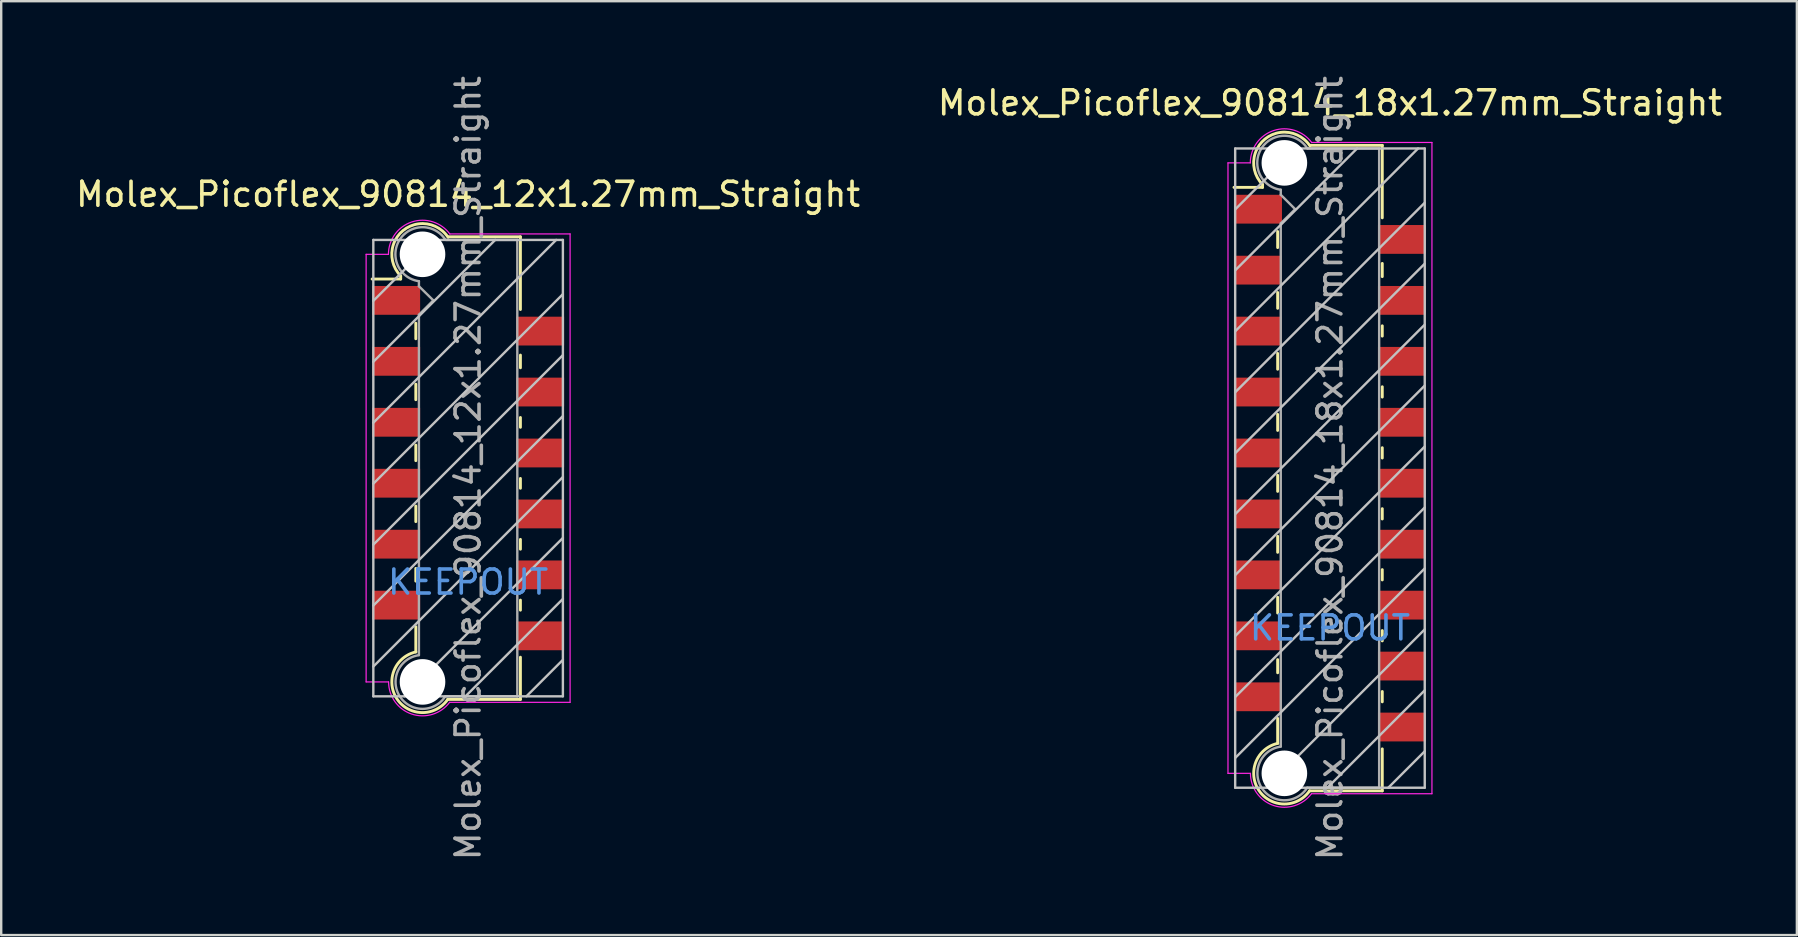
<source format=kicad_pcb>
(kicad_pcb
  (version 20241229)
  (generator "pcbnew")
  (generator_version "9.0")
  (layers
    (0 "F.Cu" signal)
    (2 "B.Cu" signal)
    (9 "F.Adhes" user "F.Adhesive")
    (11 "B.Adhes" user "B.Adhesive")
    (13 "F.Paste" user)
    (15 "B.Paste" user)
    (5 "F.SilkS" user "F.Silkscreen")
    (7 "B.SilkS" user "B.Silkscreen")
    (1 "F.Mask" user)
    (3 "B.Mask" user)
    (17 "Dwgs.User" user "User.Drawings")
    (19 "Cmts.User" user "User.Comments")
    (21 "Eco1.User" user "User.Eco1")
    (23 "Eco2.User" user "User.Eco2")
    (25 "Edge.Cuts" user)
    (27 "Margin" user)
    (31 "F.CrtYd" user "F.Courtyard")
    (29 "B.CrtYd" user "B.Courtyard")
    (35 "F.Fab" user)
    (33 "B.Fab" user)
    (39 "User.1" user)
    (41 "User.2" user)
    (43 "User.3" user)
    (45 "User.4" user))
  (footprint "Molex_Picoflex_90814_18x1.27mm_Straight"
    (layer "F.Cu")
    (at 52.375 16.458)
    (property "Reference" "Molex_Picoflex_90814_18x1.27mm_Straight" (at 0 -15.22 0) (layer "F.SilkS") (effects (font (size 1 1) (thickness 0.15))))
    (attr smd)
    (fp_line (start -2.81 -11.82) (end -2.81 -11.7) (stroke (width 0.12) (type solid)) (layer "F.SilkS"))
    (fp_line (start -2.81 -11.7) (end -4 -11.7) (stroke (width 0.12) (type solid)) (layer "F.SilkS"))
    (fp_line (start -2.18 -9.19) (end -2.18 -9.86) (stroke (width 0.12) (type solid)) (layer "F.SilkS"))
    (fp_line (start -2.18 -6.66) (end -2.18 -7.32) (stroke (width 0.12) (type solid)) (layer "F.SilkS"))
    (fp_line (start -2.18 -4.12) (end -2.18 -4.78) (stroke (width 0.12) (type solid)) (layer "F.SilkS"))
    (fp_line (start -2.18 -1.57) (end -2.18 -2.24) (stroke (width 0.12) (type solid)) (layer "F.SilkS"))
    (fp_line (start -2.18 0.97) (end -2.18 0.3) (stroke (width 0.12) (type solid)) (layer "F.SilkS"))
    (fp_line (start -2.18 3.51) (end -2.18 2.84) (stroke (width 0.12) (type solid)) (layer "F.SilkS"))
    (fp_line (start -2.18 6.04) (end -2.18 5.38) (stroke (width 0.12) (type solid)) (layer "F.SilkS"))
    (fp_line (start -2.18 8.53) (end -2.18 7.98) (stroke (width 0.12) (type solid)) (layer "F.SilkS"))
    (fp_line (start -2.18 11.47) (end -2.18 10.43) (stroke (width 0.12) (type solid)) (layer "F.SilkS"))
    (fp_line (start 2.18 -13.45) (end -0.82 -13.45) (stroke (width 0.12) (type solid)) (layer "F.SilkS"))
    (fp_line (start 2.18 -13.45) (end 2.18 -10.43) (stroke (width 0.12) (type solid)) (layer "F.SilkS"))
    (fp_line (start 2.18 -8.53) (end 2.18 -7.98) (stroke (width 0.12) (type solid)) (layer "F.SilkS"))
    (fp_line (start 2.18 -5.93) (end 2.18 -5.5) (stroke (width 0.12) (type solid)) (layer "F.SilkS"))
    (fp_line (start 2.18 -3.39) (end 2.18 -2.96) (stroke (width 0.12) (type solid)) (layer "F.SilkS"))
    (fp_line (start 2.18 -0.85) (end 2.18 -0.42) (stroke (width 0.12) (type solid)) (layer "F.SilkS"))
    (fp_line (start 2.18 1.69) (end 2.18 2.12) (stroke (width 0.12) (type solid)) (layer "F.SilkS"))
    (fp_line (start 2.18 4.23) (end 2.18 4.66) (stroke (width 0.12) (type solid)) (layer "F.SilkS"))
    (fp_line (start 2.18 6.77) (end 2.18 7.2) (stroke (width 0.12) (type solid)) (layer "F.SilkS"))
    (fp_line (start 2.18 9.31) (end 2.18 9.74) (stroke (width 0.12) (type solid)) (layer "F.SilkS"))
    (fp_line (start 2.18 11.7) (end 2.18 13.45) (stroke (width 0.12) (type solid)) (layer "F.SilkS"))
    (fp_line (start 2.18 13.45) (end -0.85 13.45) (stroke (width 0.12) (type solid)) (layer "F.SilkS"))
    (fp_arc (start -2.81 -11.82) (mid -2.708637 -13.712072) (end -0.834991 -13.429828) (stroke (width 0.12) (type solid)) (layer "F.SilkS"))
    (fp_arc (start -0.85 13.45) (mid -2.962791 13.431248) (end -2.174424 11.470964) (stroke (width 0.12) (type solid)) (layer "F.SilkS"))
    (fp_line (start -3.95 -13.32) (end -3.95 13.32) (stroke (width 0.1) (type solid)) (layer "Dwgs.User"))
    (fp_line (start -3.95 -10.78) (end -1.41 -13.32) (stroke (width 0.1) (type solid)) (layer "Dwgs.User"))
    (fp_line (start -3.95 -8.24) (end 1.13 -13.32) (stroke (width 0.1) (type solid)) (layer "Dwgs.User"))
    (fp_line (start -3.95 -5.7) (end 3.67 -13.32) (stroke (width 0.1) (type solid)) (layer "Dwgs.User"))
    (fp_line (start -3.95 -3.16) (end 3.95 -11.06) (stroke (width 0.1) (type solid)) (layer "Dwgs.User"))
    (fp_line (start -3.95 -0.62) (end 3.95 -8.52) (stroke (width 0.1) (type solid)) (layer "Dwgs.User"))
    (fp_line (start -3.95 1.92) (end 3.95 -5.98) (stroke (width 0.1) (type solid)) (layer "Dwgs.User"))
    (fp_line (start -3.95 4.46) (end 3.95 -3.44) (stroke (width 0.1) (type solid)) (layer "Dwgs.User"))
    (fp_line (start -3.95 7) (end 3.95 -0.9) (stroke (width 0.1) (type solid)) (layer "Dwgs.User"))
    (fp_line (start -3.95 9.54) (end 3.95 1.64) (stroke (width 0.1) (type solid)) (layer "Dwgs.User"))
    (fp_line (start -3.95 12.08) (end 3.95 4.18) (stroke (width 0.1) (type solid)) (layer "Dwgs.User"))
    (fp_line (start -3.95 13.32) (end 3.95 13.32) (stroke (width 0.1) (type solid)) (layer "Dwgs.User"))
    (fp_line (start -2.65 13.32) (end 3.95 6.72) (stroke (width 0.1) (type solid)) (layer "Dwgs.User"))
    (fp_line (start -0.11 13.32) (end 3.95 9.26) (stroke (width 0.1) (type solid)) (layer "Dwgs.User"))
    (fp_line (start 2.43 13.32) (end 3.95 11.8) (stroke (width 0.1) (type solid)) (layer "Dwgs.User"))
    (fp_line (start 3.95 -13.32) (end -3.95 -13.32) (stroke (width 0.1) (type solid)) (layer "Dwgs.User"))
    (fp_line (start 3.95 13.32) (end 3.95 -13.32) (stroke (width 0.1) (type solid)) (layer "Dwgs.User"))
    (fp_line (start -4.25 12.72) (end -4.25 -12.72) (stroke (width 0.05) (type solid)) (layer "F.CrtYd"))
    (fp_line (start -3.32 -12.72) (end -4.25 -12.72) (stroke (width 0.05) (type solid)) (layer "F.CrtYd"))
    (fp_line (start -3.32 12.72) (end -4.25 12.72) (stroke (width 0.05) (type solid)) (layer "F.CrtYd"))
    (fp_line (start 4.25 -13.57) (end -0.76 -13.57) (stroke (width 0.05) (type solid)) (layer "F.CrtYd"))
    (fp_line (start 4.25 -13.57) (end 4.25 13.57) (stroke (width 0.05) (type solid)) (layer "F.CrtYd"))
    (fp_line (start 4.25 13.57) (end -0.77 13.57) (stroke (width 0.05) (type solid)) (layer "F.CrtYd"))
    (fp_arc (start -3.32 -12.72) (mid -2.344692 -14.068573) (end -0.758523 -13.564648) (stroke (width 0.05) (type solid)) (layer "F.CrtYd"))
    (fp_arc (start -0.77 13.57) (mid -2.348691 14.060924) (end -3.314001 12.718743) (stroke (width 0.05) (type solid)) (layer "F.CrtYd"))
    (fp_line (start -2.05 -11.39) (end -2.05 -11.6) (stroke (width 0.1) (type solid)) (layer "F.Fab"))
    (fp_line (start -2.05 -10.2) (end -1.45 -10.79) (stroke (width 0.1) (type solid)) (layer "F.Fab"))
    (fp_line (start -2.05 11.6) (end -2.05 -10.2) (stroke (width 0.1) (type solid)) (layer "F.Fab"))
    (fp_line (start -1.45 -10.79) (end -2.05 -11.39) (stroke (width 0.1) (type solid)) (layer "F.Fab"))
    (fp_line (start 2.05 -13.32) (end -0.93 -13.32) (stroke (width 0.1) (type solid)) (layer "F.Fab"))
    (fp_line (start 2.05 -13.32) (end 2.05 13.32) (stroke (width 0.1) (type solid)) (layer "F.Fab"))
    (fp_line (start 2.05 13.32) (end -0.95 13.32) (stroke (width 0.1) (type solid)) (layer "F.Fab"))
    (fp_arc (start -2.05 -11.6) (mid -2.851672 -13.329279) (end -0.945612 -13.325015) (stroke (width 0.1) (type solid)) (layer "F.Fab"))
    (fp_arc (start -0.95 13.32) (mid -2.845272 13.327422) (end -2.051022 11.606585) (stroke (width 0.1) (type solid)) (layer "F.Fab"))
    (fp_text user "KEEPOUT" (at 0 6.66 0) (layer "Cmts.User") (effects (font (size 1 1) (thickness 0.15))))
    (fp_text user "${REFERENCE}" (at 0 0 90) (layer "F.Fab") (effects (font (size 1 1) (thickness 0.15))))
    (pad "" np_thru_hole circle (at -1.9 -12.72) (size 1.9 1.9) (drill 1.9) (layers "*.Cu"))
    (pad "" np_thru_hole circle (at -1.9 12.72) (size 1.9 1.9) (drill 1.9) (layers "*.Cu"))
    (pad "1" smd rect (at -3 -10.79) (size 2 1.2) (layers "F.Cu" "F.Mask" "F.Paste"))
    (pad "2" smd rect (at 3 -9.53) (size 2 1.2) (layers "F.Cu" "F.Mask" "F.Paste"))
    (pad "3" smd rect (at -3 -8.25) (size 2 1.2) (layers "F.Cu" "F.Mask" "F.Paste"))
    (pad "4" smd rect (at 3 -6.99) (size 2 1.2) (layers "F.Cu" "F.Mask" "F.Paste"))
    (pad "5" smd rect (at -3 -5.71) (size 2 1.2) (layers "F.Cu" "F.Mask" "F.Paste"))
    (pad "6" smd rect (at 3 -4.45) (size 2 1.2) (layers "F.Cu" "F.Mask" "F.Paste"))
    (pad "7" smd rect (at -3 -3.17) (size 2 1.2) (layers "F.Cu" "F.Mask" "F.Paste"))
    (pad "8" smd rect (at 3 -1.91) (size 2 1.2) (layers "F.Cu" "F.Mask" "F.Paste"))
    (pad "9" smd rect (at -3 -0.63) (size 2 1.2) (layers "F.Cu" "F.Mask" "F.Paste"))
    (pad "10" smd rect (at 3 0.63) (size 2 1.2) (layers "F.Cu" "F.Mask" "F.Paste"))
    (pad "11" smd rect (at -3 1.91) (size 2 1.2) (layers "F.Cu" "F.Mask" "F.Paste"))
    (pad "12" smd rect (at 3 3.17) (size 2 1.2) (layers "F.Cu" "F.Mask" "F.Paste"))
    (pad "13" smd rect (at -3 4.45) (size 2 1.2) (layers "F.Cu" "F.Mask" "F.Paste"))
    (pad "14" smd rect (at 3 5.71) (size 2 1.2) (layers "F.Cu" "F.Mask" "F.Paste"))
    (pad "15" smd rect (at -3 6.99) (size 2 1.2) (layers "F.Cu" "F.Mask" "F.Paste"))
    (pad "16" smd rect (at 3 8.25) (size 2 1.2) (layers "F.Cu" "F.Mask" "F.Paste"))
    (pad "17" smd rect (at -3 9.53) (size 2 1.2) (layers "F.Cu" "F.Mask" "F.Paste"))
    (pad "18" smd rect (at 3 10.79) (size 2 1.2) (layers "F.Cu" "F.Mask" "F.Paste")))
  (footprint "Molex_Picoflex_90814_12x1.27mm_Straight"
    (layer "F.Cu")
    (at 16.458 16.458)
    (property "Reference" "Molex_Picoflex_90814_12x1.27mm_Straight" (at 0 -11.41 0) (layer "F.SilkS") (effects (font (size 1 1) (thickness 0.15))))
    (attr smd)
    (fp_line (start -2.81 -8.01) (end -2.81 -7.88) (stroke (width 0.12) (type solid)) (layer "F.SilkS"))
    (fp_line (start -2.81 -7.88) (end -4 -7.88) (stroke (width 0.12) (type solid)) (layer "F.SilkS"))
    (fp_line (start -2.18 -5.39) (end -2.18 -6.04) (stroke (width 0.12) (type solid)) (layer "F.SilkS"))
    (fp_line (start -2.18 -2.85) (end -2.18 -3.5) (stroke (width 0.12) (type solid)) (layer "F.SilkS"))
    (fp_line (start -2.18 -0.31) (end -2.18 -0.96) (stroke (width 0.12) (type solid)) (layer "F.SilkS"))
    (fp_line (start -2.18 2.23) (end -2.18 1.58) (stroke (width 0.12) (type solid)) (layer "F.SilkS"))
    (fp_line (start -2.18 4.71) (end -2.18 4.18) (stroke (width 0.12) (type solid)) (layer "F.SilkS"))
    (fp_line (start -2.18 7.66) (end -2.18 6.61) (stroke (width 0.12) (type solid)) (layer "F.SilkS"))
    (fp_line (start 2.18 -9.64) (end -0.82 -9.64) (stroke (width 0.12) (type solid)) (layer "F.SilkS"))
    (fp_line (start 2.18 -9.64) (end 2.18 -6.61) (stroke (width 0.12) (type solid)) (layer "F.SilkS"))
    (fp_line (start 2.18 -4.71) (end 2.18 -4.18) (stroke (width 0.12) (type solid)) (layer "F.SilkS"))
    (fp_line (start 2.18 -2.11) (end 2.18 -1.7) (stroke (width 0.12) (type solid)) (layer "F.SilkS"))
    (fp_line (start 2.18 0.43) (end 2.18 0.84) (stroke (width 0.12) (type solid)) (layer "F.SilkS"))
    (fp_line (start 2.18 2.97) (end 2.18 3.38) (stroke (width 0.12) (type solid)) (layer "F.SilkS"))
    (fp_line (start 2.18 5.5) (end 2.18 5.92) (stroke (width 0.12) (type solid)) (layer "F.SilkS"))
    (fp_line (start 2.18 7.88) (end 2.18 9.64) (stroke (width 0.12) (type solid)) (layer "F.SilkS"))
    (fp_line (start 2.18 9.64) (end -0.85 9.64) (stroke (width 0.12) (type solid)) (layer "F.SilkS"))
    (fp_arc (start -2.81 -8.01) (mid -2.708637 -9.902072) (end -0.834991 -9.619828) (stroke (width 0.12) (type solid)) (layer "F.SilkS"))
    (fp_arc (start -0.85 9.64) (mid -2.962791 9.621248) (end -2.174424 7.660964) (stroke (width 0.12) (type solid)) (layer "F.SilkS"))
    (fp_line (start -3.95 -9.51) (end -3.95 9.51) (stroke (width 0.1) (type solid)) (layer "Dwgs.User"))
    (fp_line (start -3.95 -6.97) (end -1.41 -9.51) (stroke (width 0.1) (type solid)) (layer "Dwgs.User"))
    (fp_line (start -3.95 -4.43) (end 1.13 -9.51) (stroke (width 0.1) (type solid)) (layer "Dwgs.User"))
    (fp_line (start -3.95 -1.89) (end 3.67 -9.51) (stroke (width 0.1) (type solid)) (layer "Dwgs.User"))
    (fp_line (start -3.95 0.65) (end 3.95 -7.25) (stroke (width 0.1) (type solid)) (layer "Dwgs.User"))
    (fp_line (start -3.95 3.19) (end 3.95 -4.71) (stroke (width 0.1) (type solid)) (layer "Dwgs.User"))
    (fp_line (start -3.95 5.73) (end 3.95 -2.17) (stroke (width 0.1) (type solid)) (layer "Dwgs.User"))
    (fp_line (start -3.95 8.27) (end 3.95 0.37) (stroke (width 0.1) (type solid)) (layer "Dwgs.User"))
    (fp_line (start -3.95 9.51) (end 3.95 9.51) (stroke (width 0.1) (type solid)) (layer "Dwgs.User"))
    (fp_line (start -2.65 9.51) (end 3.95 2.91) (stroke (width 0.1) (type solid)) (layer "Dwgs.User"))
    (fp_line (start -0.11 9.51) (end 3.95 5.45) (stroke (width 0.1) (type solid)) (layer "Dwgs.User"))
    (fp_line (start 2.43 9.51) (end 3.95 7.99) (stroke (width 0.1) (type solid)) (layer "Dwgs.User"))
    (fp_line (start 3.95 -9.51) (end -3.95 -9.51) (stroke (width 0.1) (type solid)) (layer "Dwgs.User"))
    (fp_line (start 3.95 9.51) (end 3.95 -9.51) (stroke (width 0.1) (type solid)) (layer "Dwgs.User"))
    (fp_line (start -4.25 8.91) (end -4.25 -8.91) (stroke (width 0.05) (type solid)) (layer "F.CrtYd"))
    (fp_line (start -3.32 -8.91) (end -4.25 -8.91) (stroke (width 0.05) (type solid)) (layer "F.CrtYd"))
    (fp_line (start -3.32 8.91) (end -4.25 8.91) (stroke (width 0.05) (type solid)) (layer "F.CrtYd"))
    (fp_line (start 4.25 -9.76) (end -0.76 -9.76) (stroke (width 0.05) (type solid)) (layer "F.CrtYd"))
    (fp_line (start 4.25 -9.76) (end 4.25 9.76) (stroke (width 0.05) (type solid)) (layer "F.CrtYd"))
    (fp_line (start 4.25 9.76) (end -0.77 9.76) (stroke (width 0.05) (type solid)) (layer "F.CrtYd"))
    (fp_arc (start -3.32 -8.91) (mid -2.344692 -10.258573) (end -0.758523 -9.754648) (stroke (width 0.05) (type solid)) (layer "F.CrtYd"))
    (fp_arc (start -0.77 9.76) (mid -2.348691 10.250924) (end -3.314001 8.908743) (stroke (width 0.05) (type solid)) (layer "F.CrtYd"))
    (fp_line (start -2.05 -7.58) (end -2.05 -7.79) (stroke (width 0.1) (type solid)) (layer "F.Fab"))
    (fp_line (start -2.05 -6.39) (end -1.45 -6.99) (stroke (width 0.1) (type solid)) (layer "F.Fab"))
    (fp_line (start -2.05 7.79) (end -2.05 -6.39) (stroke (width 0.1) (type solid)) (layer "F.Fab"))
    (fp_line (start -1.45 -6.99) (end -2.05 -7.58) (stroke (width 0.1) (type solid)) (layer "F.Fab"))
    (fp_line (start 2.05 -9.51) (end -0.93 -9.51) (stroke (width 0.1) (type solid)) (layer "F.Fab"))
    (fp_line (start 2.05 -9.51) (end 2.05 9.51) (stroke (width 0.1) (type solid)) (layer "F.Fab"))
    (fp_line (start 2.05 9.51) (end -0.95 9.51) (stroke (width 0.1) (type solid)) (layer "F.Fab"))
    (fp_arc (start -2.05 -7.79) (mid -2.851672 -9.519279) (end -0.945612 -9.515015) (stroke (width 0.1) (type solid)) (layer "F.Fab"))
    (fp_arc (start -0.95 9.51) (mid -2.845272 9.517422) (end -2.051022 7.796585) (stroke (width 0.1) (type solid)) (layer "F.Fab"))
    (fp_text user "KEEPOUT" (at 0 4.75 0) (layer "Cmts.User") (effects (font (size 1 1) (thickness 0.15))))
    (fp_text user "${REFERENCE}" (at 0 0 90) (layer "F.Fab") (effects (font (size 1 1) (thickness 0.15))))
    (pad "" np_thru_hole circle (at -1.9 -8.91) (size 1.9 1.9) (drill 1.9) (layers "*.Cu"))
    (pad "" np_thru_hole circle (at -1.9 8.91) (size 1.9 1.9) (drill 1.9) (layers "*.Cu"))
    (pad "1" smd rect (at -3 -6.99) (size 2 1.2) (layers "F.Cu" "F.Mask" "F.Paste"))
    (pad "2" smd rect (at 3 -5.71) (size 2 1.2) (layers "F.Cu" "F.Mask" "F.Paste"))
    (pad "3" smd rect (at -3 -4.45) (size 2 1.2) (layers "F.Cu" "F.Mask" "F.Paste"))
    (pad "4" smd rect (at 3 -3.17) (size 2 1.2) (layers "F.Cu" "F.Mask" "F.Paste"))
    (pad "5" smd rect (at -3 -1.91) (size 2 1.2) (layers "F.Cu" "F.Mask" "F.Paste"))
    (pad "6" smd rect (at 3 -0.63) (size 2 1.2) (layers "F.Cu" "F.Mask" "F.Paste"))
    (pad "7" smd rect (at -3 0.63) (size 2 1.2) (layers "F.Cu" "F.Mask" "F.Paste"))
    (pad "8" smd rect (at 3 1.91) (size 2 1.2) (layers "F.Cu" "F.Mask" "F.Paste"))
    (pad "9" smd rect (at -3 3.17) (size 2 1.2) (layers "F.Cu" "F.Mask" "F.Paste"))
    (pad "10" smd rect (at 3 4.45) (size 2 1.2) (layers "F.Cu" "F.Mask" "F.Paste"))
    (pad "11" smd rect (at -3 5.71) (size 2 1.2) (layers "F.Cu" "F.Mask" "F.Paste"))
    (pad "12" smd rect (at 3 6.99) (size 2 1.2) (layers "F.Cu" "F.Mask" "F.Paste")))
  (gr_rect
    (start -3 -3)
    (end 71.833 35.917)
    (stroke (width 0.1) (type default))
    (fill no)
    (layer "Edge.Cuts")))
</source>
